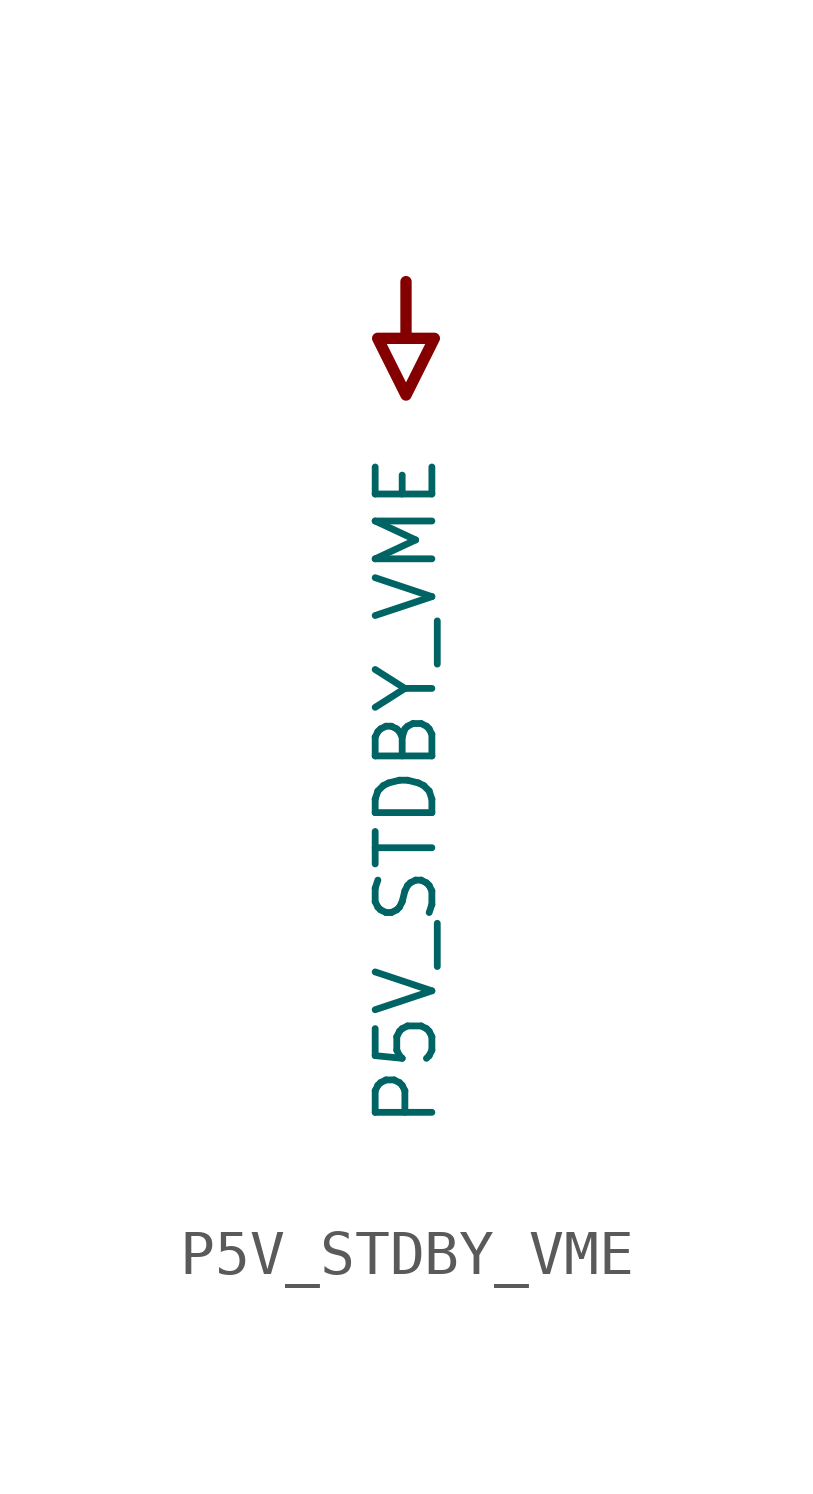
<source format=kicad_sym>
(kicad_symbol_lib
  (version 20231120)
  (generator "kicad_symbol_editor")
  (generator_version "8.0")
  (symbol "P5V_STDBY_VME"
    (power)
    (property "Reference" "#PWR0671"
      (at 0 0 0)
      (effects (font (size 1.27 1.27)) (hide yes)))
    (property "Value" "P5V_STDBY_VME"
      (at 0 -3.81 90)
      (effects (font (size 1.27 1.27)) (justify right)))
    (symbol "P5V_STDBY_VME_0_0"
      (polyline (pts (xy 0 0) (xy 0 -1.27)) (stroke (width 0.254) (type solid)) (fill (type none)))
      (polyline (pts (xy -0.635 -1.27) (xy 0.635 -1.27) (xy 0 -2.54) (xy -0.635 -1.27)) (stroke (width 0.254) (type solid)) (fill (type none)))
      (pin power_in line (at 0 0 0) (length 0) hide (name "P5V_STDBY_VME" (effects (font (size 1.27 1.27)))) (number "" (effects (font (size 1.27 1.27))))))))
</source>
